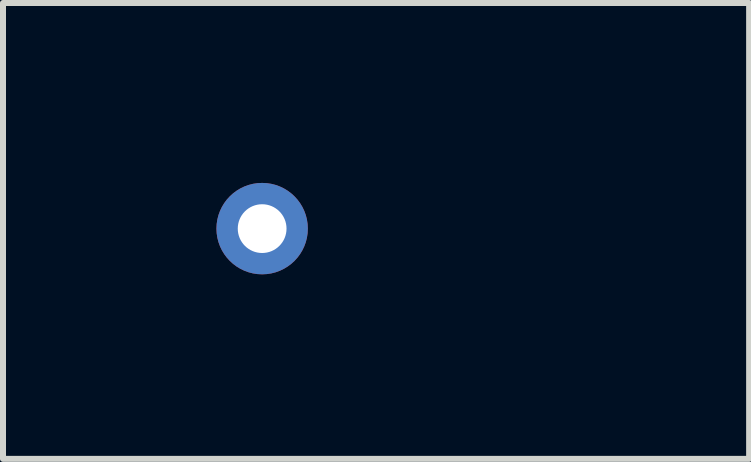
<source format=kicad_pcb>
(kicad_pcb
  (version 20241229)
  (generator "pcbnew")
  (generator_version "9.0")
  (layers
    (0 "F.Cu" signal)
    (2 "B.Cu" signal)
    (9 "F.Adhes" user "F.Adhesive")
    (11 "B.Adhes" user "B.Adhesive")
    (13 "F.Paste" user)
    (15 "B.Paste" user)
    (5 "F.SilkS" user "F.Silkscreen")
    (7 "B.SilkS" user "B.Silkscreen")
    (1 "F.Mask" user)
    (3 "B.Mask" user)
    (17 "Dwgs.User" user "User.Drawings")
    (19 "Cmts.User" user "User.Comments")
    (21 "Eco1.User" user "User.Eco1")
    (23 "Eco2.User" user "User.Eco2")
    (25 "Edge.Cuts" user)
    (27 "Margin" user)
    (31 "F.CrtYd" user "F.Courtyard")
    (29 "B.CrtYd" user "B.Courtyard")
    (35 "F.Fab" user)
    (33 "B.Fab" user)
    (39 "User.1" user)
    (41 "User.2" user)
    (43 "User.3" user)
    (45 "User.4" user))
  (footprint "1pin_conn"
    (layer "F.Cu")
    (at 1.321 0.762)
    (property "Reference" "1pin_conn" (at 1.9 0.1 0) (layer "Eco2.User") (effects (font (size 0.813 0.813) (thickness 0.15))))
    (attr through_hole)
    (pad "1" thru_hole circle (at 0 0) (size 1.524 1.524) (drill 0.813) (layers "*.Cu" "*.Mask")))
  (gr_rect
    (start -3 -3)
    (end 9.441 4.601)
    (stroke (width 0.1) (type default))
    (fill no)
    (layer "Edge.Cuts")))
</source>
